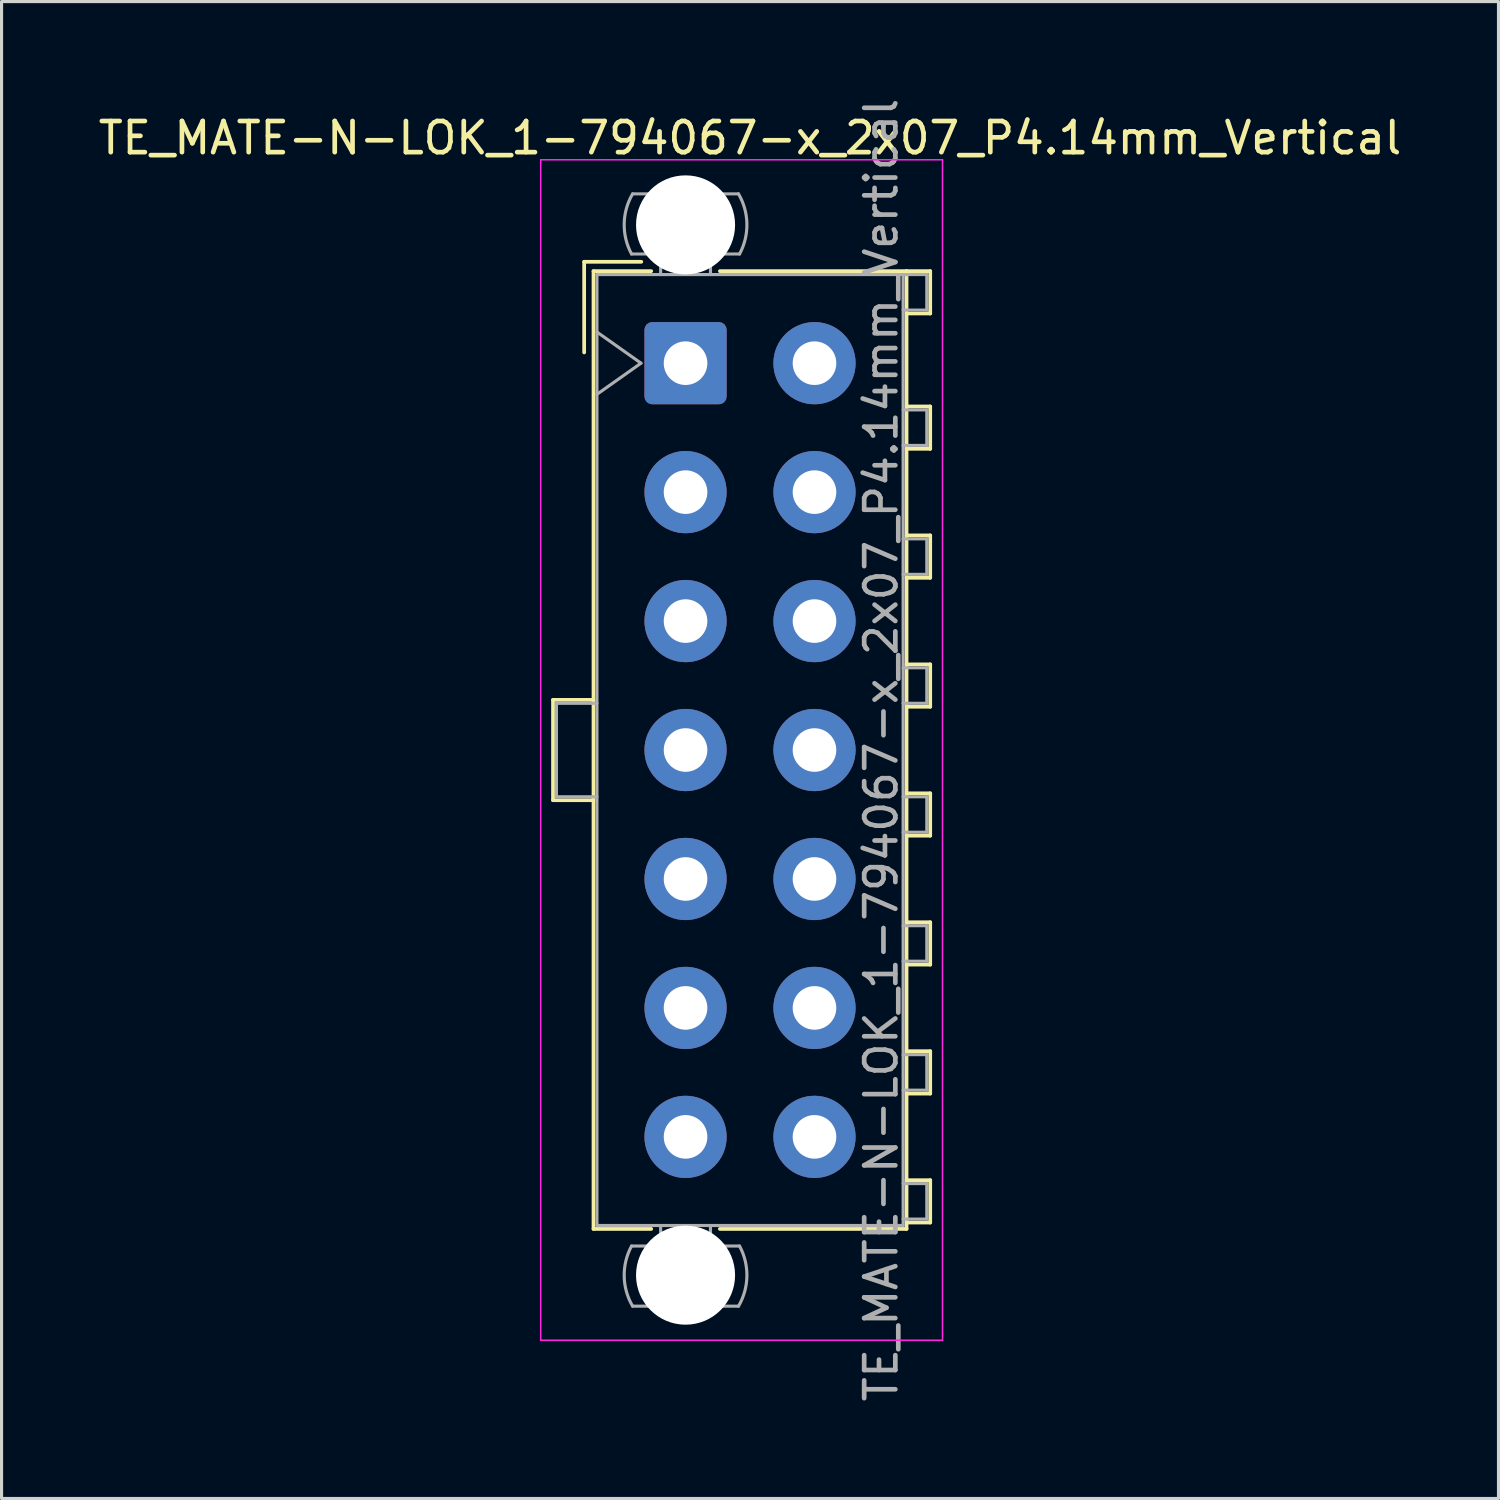
<source format=kicad_pcb>
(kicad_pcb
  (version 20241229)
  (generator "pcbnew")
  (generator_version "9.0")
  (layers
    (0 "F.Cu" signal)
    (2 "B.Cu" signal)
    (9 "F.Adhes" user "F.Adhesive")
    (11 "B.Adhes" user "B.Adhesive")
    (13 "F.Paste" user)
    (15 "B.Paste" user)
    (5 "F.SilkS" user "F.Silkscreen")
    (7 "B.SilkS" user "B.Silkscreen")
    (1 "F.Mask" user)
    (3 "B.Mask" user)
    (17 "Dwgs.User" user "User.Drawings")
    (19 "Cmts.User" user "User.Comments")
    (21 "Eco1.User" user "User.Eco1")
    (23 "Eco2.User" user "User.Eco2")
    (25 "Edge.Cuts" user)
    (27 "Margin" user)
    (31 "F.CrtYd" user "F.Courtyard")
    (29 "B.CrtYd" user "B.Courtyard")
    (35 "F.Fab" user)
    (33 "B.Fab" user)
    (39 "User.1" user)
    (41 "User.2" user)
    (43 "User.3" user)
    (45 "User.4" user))
  (footprint "TE_MATE-N-LOK_1-794067-x_2x07_P4.14mm_Vertical"
    (layer "F.Cu")
    (at 18.96 8.61)
    (property "Reference" "TE_MATE-N-LOK_1-794067-x_2x07_P4.14mm_Vertical" (at 2.07 -7.23 0) (layer "F.SilkS") (effects (font (size 1 1) (thickness 0.15))))
    (attr through_hole)
    (fp_line (start -4.255 10.81) (end -4.255 14.03) (stroke (width 0.12) (type solid)) (layer "F.SilkS"))
    (fp_line (start -4.255 14.03) (end -2.955 14.03) (stroke (width 0.12) (type solid)) (layer "F.SilkS"))
    (fp_line (start -3.255 -3.255) (end -3.255 -0.345) (stroke (width 0.12) (type solid)) (layer "F.SilkS"))
    (fp_line (start -2.955 -2.955) (end -2.955 27.795) (stroke (width 0.12) (type solid)) (layer "F.SilkS"))
    (fp_line (start -2.955 10.81) (end -4.255 10.81) (stroke (width 0.12) (type solid)) (layer "F.SilkS"))
    (fp_line (start -2.955 27.795) (end -1.103 27.795) (stroke (width 0.12) (type solid)) (layer "F.SilkS"))
    (fp_line (start -1.421 -3.255) (end -3.255 -3.255) (stroke (width 0.12) (type solid)) (layer "F.SilkS"))
    (fp_line (start -1.103 -2.955) (end -2.955 -2.955) (stroke (width 0.12) (type solid)) (layer "F.SilkS"))
    (fp_line (start 1.103 -2.955) (end 7.095 -2.955) (stroke (width 0.12) (type solid)) (layer "F.SilkS"))
    (fp_line (start 7.095 -2.955) (end 7.095 27.795) (stroke (width 0.12) (type solid)) (layer "F.SilkS"))
    (fp_line (start 7.095 -2.955) (end 7.855 -2.955) (stroke (width 0.12) (type solid)) (layer "F.SilkS"))
    (fp_line (start 7.095 1.39) (end 7.855 1.39) (stroke (width 0.12) (type solid)) (layer "F.SilkS"))
    (fp_line (start 7.095 5.53) (end 7.855 5.53) (stroke (width 0.12) (type solid)) (layer "F.SilkS"))
    (fp_line (start 7.095 9.67) (end 7.855 9.67) (stroke (width 0.12) (type solid)) (layer "F.SilkS"))
    (fp_line (start 7.095 13.81) (end 7.855 13.81) (stroke (width 0.12) (type solid)) (layer "F.SilkS"))
    (fp_line (start 7.095 17.95) (end 7.855 17.95) (stroke (width 0.12) (type solid)) (layer "F.SilkS"))
    (fp_line (start 7.095 22.09) (end 7.855 22.09) (stroke (width 0.12) (type solid)) (layer "F.SilkS"))
    (fp_line (start 7.095 26.23) (end 7.855 26.23) (stroke (width 0.12) (type solid)) (layer "F.SilkS"))
    (fp_line (start 7.095 27.795) (end 1.103 27.795) (stroke (width 0.12) (type solid)) (layer "F.SilkS"))
    (fp_line (start 7.855 -2.955) (end 7.855 -1.595) (stroke (width 0.12) (type solid)) (layer "F.SilkS"))
    (fp_line (start 7.855 -1.595) (end 7.095 -1.595) (stroke (width 0.12) (type solid)) (layer "F.SilkS"))
    (fp_line (start 7.855 1.39) (end 7.855 2.75) (stroke (width 0.12) (type solid)) (layer "F.SilkS"))
    (fp_line (start 7.855 2.75) (end 7.095 2.75) (stroke (width 0.12) (type solid)) (layer "F.SilkS"))
    (fp_line (start 7.855 5.53) (end 7.855 6.89) (stroke (width 0.12) (type solid)) (layer "F.SilkS"))
    (fp_line (start 7.855 6.89) (end 7.095 6.89) (stroke (width 0.12) (type solid)) (layer "F.SilkS"))
    (fp_line (start 7.855 9.67) (end 7.855 11.03) (stroke (width 0.12) (type solid)) (layer "F.SilkS"))
    (fp_line (start 7.855 11.03) (end 7.095 11.03) (stroke (width 0.12) (type solid)) (layer "F.SilkS"))
    (fp_line (start 7.855 13.81) (end 7.855 15.17) (stroke (width 0.12) (type solid)) (layer "F.SilkS"))
    (fp_line (start 7.855 15.17) (end 7.095 15.17) (stroke (width 0.12) (type solid)) (layer "F.SilkS"))
    (fp_line (start 7.855 17.95) (end 7.855 19.31) (stroke (width 0.12) (type solid)) (layer "F.SilkS"))
    (fp_line (start 7.855 19.31) (end 7.095 19.31) (stroke (width 0.12) (type solid)) (layer "F.SilkS"))
    (fp_line (start 7.855 22.09) (end 7.855 23.45) (stroke (width 0.12) (type solid)) (layer "F.SilkS"))
    (fp_line (start 7.855 23.45) (end 7.095 23.45) (stroke (width 0.12) (type solid)) (layer "F.SilkS"))
    (fp_line (start 7.855 26.23) (end 7.855 27.59) (stroke (width 0.12) (type solid)) (layer "F.SilkS"))
    (fp_line (start 7.855 27.59) (end 7.095 27.59) (stroke (width 0.12) (type solid)) (layer "F.SilkS"))
    (fp_line (start -4.65 -6.53) (end -4.65 31.37) (stroke (width 0.05) (type solid)) (layer "F.CrtYd"))
    (fp_line (start -4.65 31.37) (end 8.25 31.37) (stroke (width 0.05) (type solid)) (layer "F.CrtYd"))
    (fp_line (start 8.25 -6.53) (end -4.65 -6.53) (stroke (width 0.05) (type solid)) (layer "F.CrtYd"))
    (fp_line (start 8.25 31.37) (end 8.25 -6.53) (stroke (width 0.05) (type solid)) (layer "F.CrtYd"))
    (fp_line (start -4.145 10.92) (end -4.145 13.92) (stroke (width 0.1) (type solid)) (layer "F.Fab"))
    (fp_line (start -4.145 13.92) (end -2.845 13.92) (stroke (width 0.1) (type solid)) (layer "F.Fab"))
    (fp_line (start -2.845 -2.845) (end -2.845 27.685) (stroke (width 0.1) (type solid)) (layer "F.Fab"))
    (fp_line (start -2.845 -1) (end -1.431 0) (stroke (width 0.1) (type solid)) (layer "F.Fab"))
    (fp_line (start -2.845 10.92) (end -4.145 10.92) (stroke (width 0.1) (type solid)) (layer "F.Fab"))
    (fp_line (start -2.845 27.685) (end 6.985 27.685) (stroke (width 0.1) (type solid)) (layer "F.Fab"))
    (fp_line (start -1.431 0) (end -2.845 1) (stroke (width 0.1) (type solid)) (layer "F.Fab"))
    (fp_line (start -0.8 -2.845) (end -0.8 -3.505) (stroke (width 0.1) (type solid)) (layer "F.Fab"))
    (fp_line (start -0.8 27.685) (end -0.8 28.345) (stroke (width 0.1) (type solid)) (layer "F.Fab"))
    (fp_line (start 0.8 -2.845) (end 0.8 -3.505) (stroke (width 0.1) (type solid)) (layer "F.Fab"))
    (fp_line (start 0.8 27.685) (end 0.8 28.345) (stroke (width 0.1) (type solid)) (layer "F.Fab"))
    (fp_line (start 1.7 -5.436) (end -1.7 -5.436) (stroke (width 0.1) (type solid)) (layer "F.Fab"))
    (fp_line (start 1.7 30.276) (end -1.7 30.276) (stroke (width 0.1) (type solid)) (layer "F.Fab"))
    (fp_line (start 1.734 -3.505) (end -1.734 -3.505) (stroke (width 0.1) (type solid)) (layer "F.Fab"))
    (fp_line (start 1.734 28.345) (end -1.734 28.345) (stroke (width 0.1) (type solid)) (layer "F.Fab"))
    (fp_line (start 6.985 -2.845) (end -2.845 -2.845) (stroke (width 0.1) (type solid)) (layer "F.Fab"))
    (fp_line (start 6.985 -2.845) (end 7.745 -2.845) (stroke (width 0.1) (type solid)) (layer "F.Fab"))
    (fp_line (start 6.985 1.5) (end 7.745 1.5) (stroke (width 0.1) (type solid)) (layer "F.Fab"))
    (fp_line (start 6.985 5.64) (end 7.745 5.64) (stroke (width 0.1) (type solid)) (layer "F.Fab"))
    (fp_line (start 6.985 9.78) (end 7.745 9.78) (stroke (width 0.1) (type solid)) (layer "F.Fab"))
    (fp_line (start 6.985 13.92) (end 7.745 13.92) (stroke (width 0.1) (type solid)) (layer "F.Fab"))
    (fp_line (start 6.985 18.06) (end 7.745 18.06) (stroke (width 0.1) (type solid)) (layer "F.Fab"))
    (fp_line (start 6.985 22.2) (end 7.745 22.2) (stroke (width 0.1) (type solid)) (layer "F.Fab"))
    (fp_line (start 6.985 26.34) (end 7.745 26.34) (stroke (width 0.1) (type solid)) (layer "F.Fab"))
    (fp_line (start 6.985 27.685) (end 6.985 -2.845) (stroke (width 0.1) (type solid)) (layer "F.Fab"))
    (fp_line (start 7.745 -2.845) (end 7.745 -1.705) (stroke (width 0.1) (type solid)) (layer "F.Fab"))
    (fp_line (start 7.745 -1.705) (end 6.985 -1.705) (stroke (width 0.1) (type solid)) (layer "F.Fab"))
    (fp_line (start 7.745 1.5) (end 7.745 2.64) (stroke (width 0.1) (type solid)) (layer "F.Fab"))
    (fp_line (start 7.745 2.64) (end 6.985 2.64) (stroke (width 0.1) (type solid)) (layer "F.Fab"))
    (fp_line (start 7.745 5.64) (end 7.745 6.78) (stroke (width 0.1) (type solid)) (layer "F.Fab"))
    (fp_line (start 7.745 6.78) (end 6.985 6.78) (stroke (width 0.1) (type solid)) (layer "F.Fab"))
    (fp_line (start 7.745 9.78) (end 7.745 10.92) (stroke (width 0.1) (type solid)) (layer "F.Fab"))
    (fp_line (start 7.745 10.92) (end 6.985 10.92) (stroke (width 0.1) (type solid)) (layer "F.Fab"))
    (fp_line (start 7.745 13.92) (end 7.745 15.06) (stroke (width 0.1) (type solid)) (layer "F.Fab"))
    (fp_line (start 7.745 15.06) (end 6.985 15.06) (stroke (width 0.1) (type solid)) (layer "F.Fab"))
    (fp_line (start 7.745 18.06) (end 7.745 19.2) (stroke (width 0.1) (type solid)) (layer "F.Fab"))
    (fp_line (start 7.745 19.2) (end 6.985 19.2) (stroke (width 0.1) (type solid)) (layer "F.Fab"))
    (fp_line (start 7.745 22.2) (end 7.745 23.34) (stroke (width 0.1) (type solid)) (layer "F.Fab"))
    (fp_line (start 7.745 23.34) (end 6.985 23.34) (stroke (width 0.1) (type solid)) (layer "F.Fab"))
    (fp_line (start 7.745 26.34) (end 7.745 27.48) (stroke (width 0.1) (type solid)) (layer "F.Fab"))
    (fp_line (start 7.745 27.48) (end 6.985 27.48) (stroke (width 0.1) (type solid)) (layer "F.Fab"))
    (fp_arc (start -1.733977 -3.505) (mid -1.969689 -4.474992) (end -1.699672 -5.436) (stroke (width 0.1) (type solid)) (layer "F.Fab"))
    (fp_arc (start -1.699672 30.276) (mid -1.969689 29.314992) (end -1.733977 28.345) (stroke (width 0.1) (type solid)) (layer "F.Fab"))
    (fp_arc (start 1.699672 -5.436) (mid 1.969689 -4.474992) (end 1.733977 -3.505) (stroke (width 0.1) (type solid)) (layer "F.Fab"))
    (fp_arc (start 1.733977 28.345) (mid 1.969689 29.314992) (end 1.699672 30.276) (stroke (width 0.1) (type solid)) (layer "F.Fab"))
    (fp_text user "${REFERENCE}" (at 6.28 12.42 90) (layer "F.Fab") (effects (font (size 1 1) (thickness 0.15))))
    (pad "" np_thru_hole circle (at 0 -4.44) (size 3.18 3.18) (drill 3.18) (layers "*.Cu" "*.Mask"))
    (pad "" np_thru_hole circle (at 0 29.28) (size 3.18 3.18) (drill 3.18) (layers "*.Cu" "*.Mask"))
    (pad "1" thru_hole roundrect (at 0 0) (size 2.64 2.64) (drill 1.4) (layers "*.Cu" "*.Mask") (roundrect_rratio 0.095))
    (pad "2" thru_hole circle (at 0 4.14) (size 2.64 2.64) (drill 1.4) (layers "*.Cu" "*.Mask"))
    (pad "3" thru_hole circle (at 0 8.28) (size 2.64 2.64) (drill 1.4) (layers "*.Cu" "*.Mask"))
    (pad "4" thru_hole circle (at 0 12.42) (size 2.64 2.64) (drill 1.4) (layers "*.Cu" "*.Mask"))
    (pad "5" thru_hole circle (at 0 16.56) (size 2.64 2.64) (drill 1.4) (layers "*.Cu" "*.Mask"))
    (pad "6" thru_hole circle (at 0 20.7) (size 2.64 2.64) (drill 1.4) (layers "*.Cu" "*.Mask"))
    (pad "7" thru_hole circle (at 0 24.84) (size 2.64 2.64) (drill 1.4) (layers "*.Cu" "*.Mask"))
    (pad "8" thru_hole circle (at 4.14 0) (size 2.64 2.64) (drill 1.4) (layers "*.Cu" "*.Mask"))
    (pad "9" thru_hole circle (at 4.14 4.14) (size 2.64 2.64) (drill 1.4) (layers "*.Cu" "*.Mask"))
    (pad "10" thru_hole circle (at 4.14 8.28) (size 2.64 2.64) (drill 1.4) (layers "*.Cu" "*.Mask"))
    (pad "11" thru_hole circle (at 4.14 12.42) (size 2.64 2.64) (drill 1.4) (layers "*.Cu" "*.Mask"))
    (pad "12" thru_hole circle (at 4.14 16.56) (size 2.64 2.64) (drill 1.4) (layers "*.Cu" "*.Mask"))
    (pad "13" thru_hole circle (at 4.14 20.7) (size 2.64 2.64) (drill 1.4) (layers "*.Cu" "*.Mask"))
    (pad "14" thru_hole circle (at 4.14 24.84) (size 2.64 2.64) (drill 1.4) (layers "*.Cu" "*.Mask")))
  (gr_rect
    (start -3 -3)
    (end 45.06 45.06)
    (stroke (width 0.1) (type default))
    (fill no)
    (layer "Edge.Cuts")))
</source>
